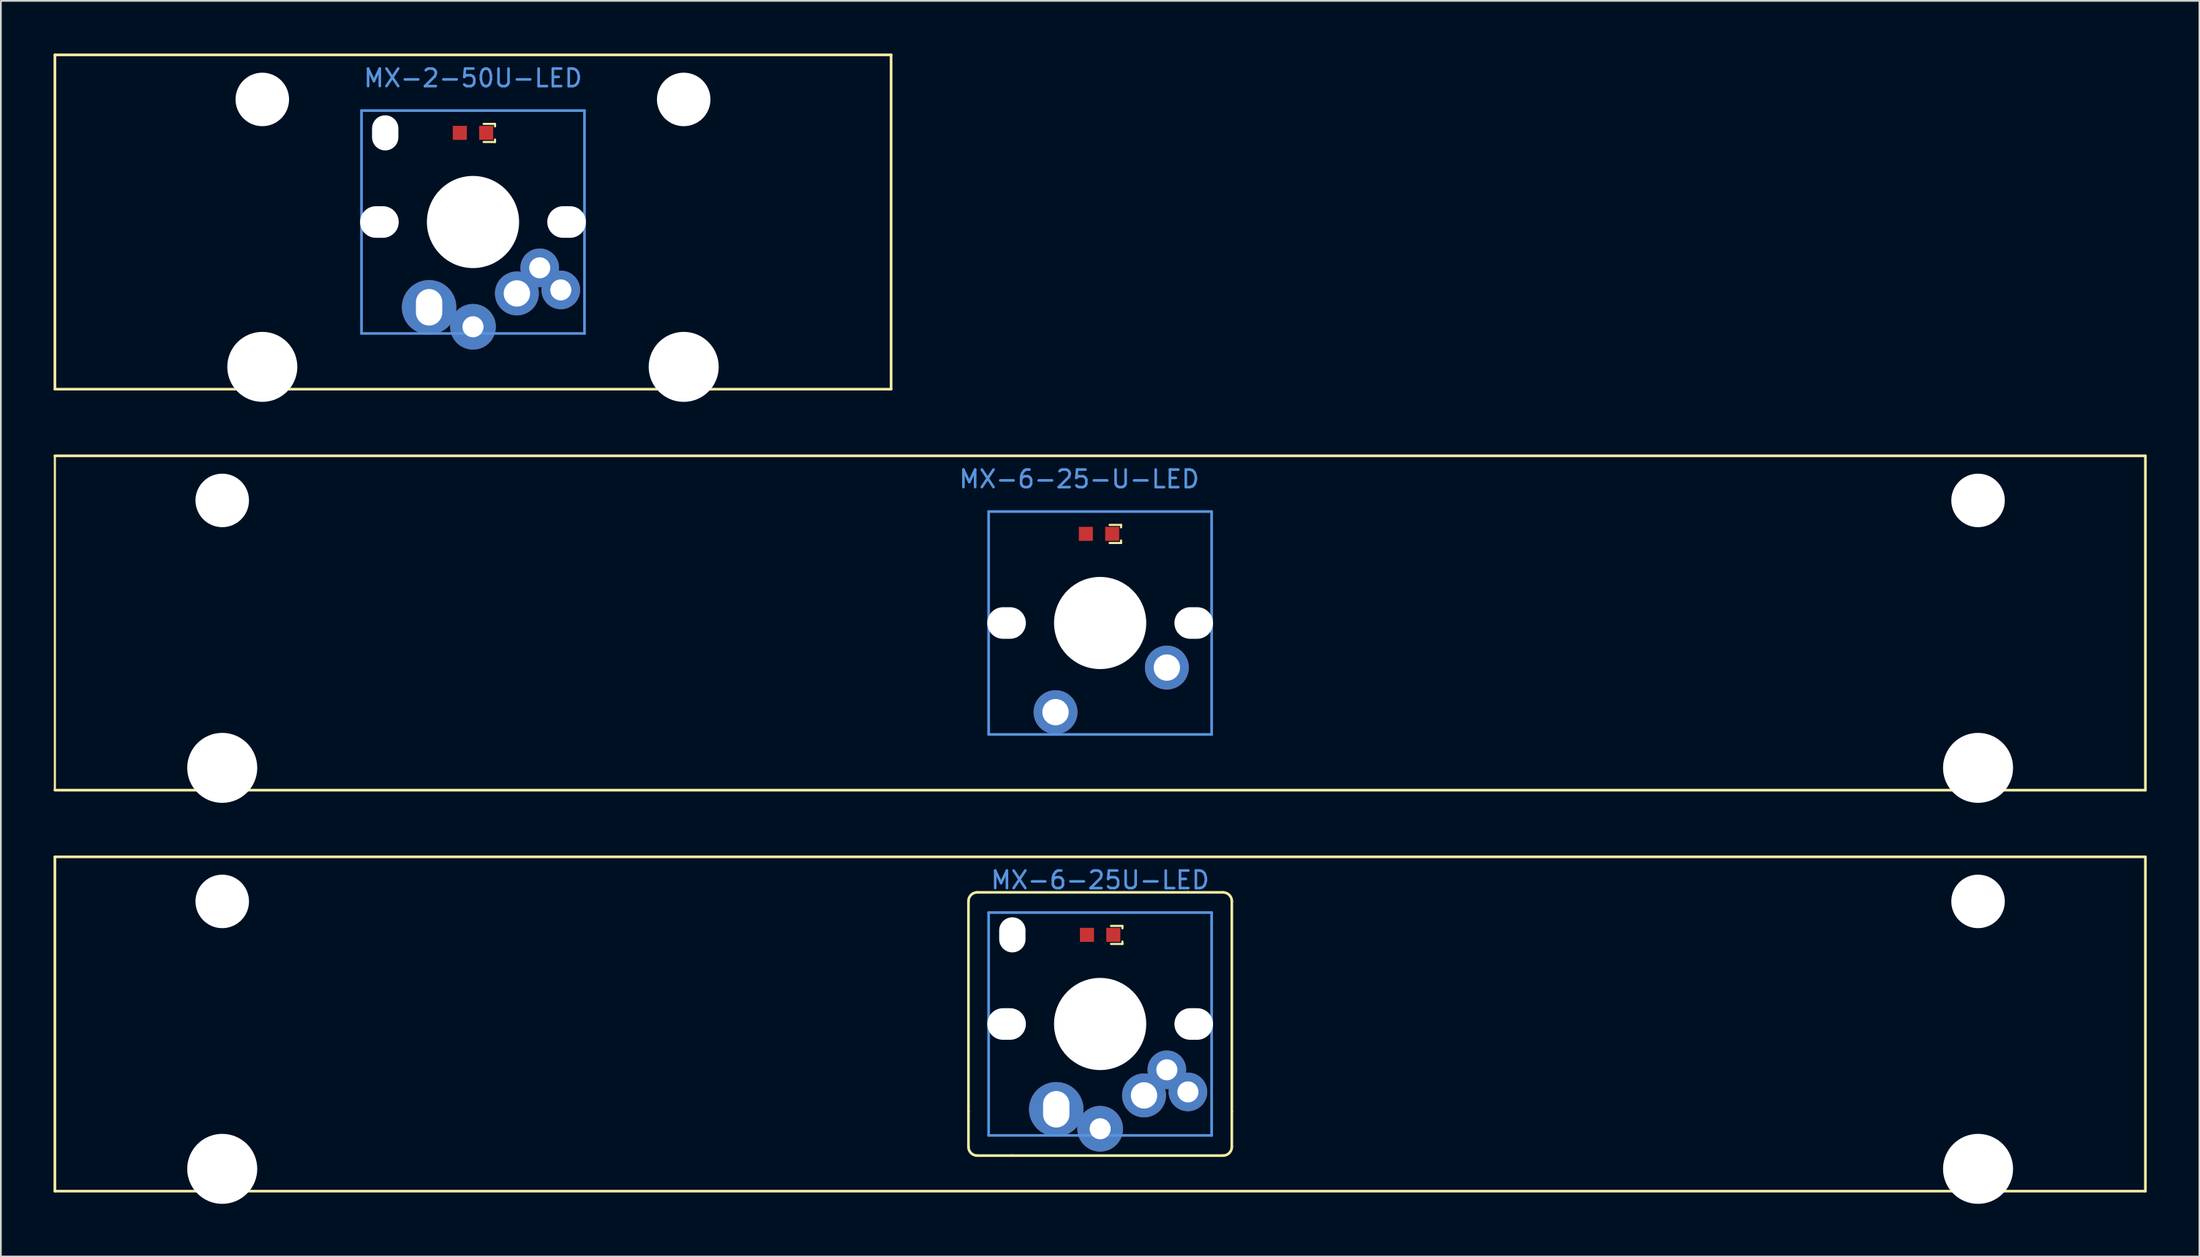
<source format=kicad_pcb>
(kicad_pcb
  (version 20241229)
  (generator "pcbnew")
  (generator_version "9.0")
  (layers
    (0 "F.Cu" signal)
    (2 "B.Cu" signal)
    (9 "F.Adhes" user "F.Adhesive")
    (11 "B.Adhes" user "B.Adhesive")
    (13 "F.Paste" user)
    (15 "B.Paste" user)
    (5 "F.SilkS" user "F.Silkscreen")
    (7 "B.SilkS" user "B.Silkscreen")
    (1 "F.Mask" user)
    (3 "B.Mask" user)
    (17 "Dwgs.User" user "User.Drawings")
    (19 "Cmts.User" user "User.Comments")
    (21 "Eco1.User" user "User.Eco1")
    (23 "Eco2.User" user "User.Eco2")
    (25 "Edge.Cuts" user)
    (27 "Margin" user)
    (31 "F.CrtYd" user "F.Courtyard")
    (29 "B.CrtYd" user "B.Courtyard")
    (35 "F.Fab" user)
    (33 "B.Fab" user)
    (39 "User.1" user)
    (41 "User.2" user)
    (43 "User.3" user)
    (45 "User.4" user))
  (footprint "MX-2-50U-LED"
    (layer "F.Cu")
    (at 23.889 4.521)
    (property "Reference" "MX-2-50U-LED" (at 0 -3.12 0) (layer "Cmts.User") (effects (font (size 1 1) (thickness 0.15))))
    (fp_line (start -23.812 -4.445) (end 23.812 -4.445) (stroke (width 0.152) (type solid)) (layer "F.SilkS"))
    (fp_line (start -23.812 14.605) (end -23.812 -4.445) (stroke (width 0.152) (type solid)) (layer "F.SilkS"))
    (fp_line (start 0.605 -0.51) (end 1.255 -0.51) (stroke (width 0.12) (type solid)) (layer "F.SilkS"))
    (fp_line (start 0.605 0.52) (end 1.255 0.52) (stroke (width 0.12) (type solid)) (layer "F.SilkS"))
    (fp_line (start 1.255 -0.51) (end 1.255 -0.37) (stroke (width 0.12) (type solid)) (layer "F.SilkS"))
    (fp_line (start 1.255 0.52) (end 1.255 0.38) (stroke (width 0.12) (type solid)) (layer "F.SilkS"))
    (fp_line (start 23.812 -4.445) (end 23.812 14.605) (stroke (width 0.152) (type solid)) (layer "F.SilkS"))
    (fp_line (start 23.812 14.605) (end -23.812 14.605) (stroke (width 0.152) (type solid)) (layer "F.SilkS"))
    (fp_line (start -6.35 -1.27) (end 6.35 -1.27) (stroke (width 0.152) (type solid)) (layer "Cmts.User"))
    (fp_line (start -6.35 11.43) (end -6.35 -1.27) (stroke (width 0.152) (type solid)) (layer "Cmts.User"))
    (fp_line (start 6.35 -1.27) (end 6.35 11.43) (stroke (width 0.152) (type solid)) (layer "Cmts.User"))
    (fp_line (start 6.35 11.43) (end -6.35 11.43) (stroke (width 0.152) (type solid)) (layer "Cmts.User"))
    (pad "" np_thru_hole circle (at -12 -1.905 180) (size 3.048 3.048) (drill 3.048) (layers "*.Cu" "*.Mask"))
    (pad "" np_thru_hole circle (at -12 13.335 180) (size 3.988 3.988) (drill 3.988) (layers "*.Cu" "*.Mask"))
    (pad "" np_thru_hole oval (at -5.33 5.08 270) (size 1.8 2.2) (drill oval 1.8 2.2) (layers "*.Cu" "*.Mask"))
    (pad "" np_thru_hole oval (at -5 0 270) (size 2 1.5) (drill oval 2 1.5) (layers "*.Cu" "*.Mask"))
    (pad "" np_thru_hole circle (at 0 5.08 180) (size 5.25 5.25) (drill 5.25) (layers "*.Cu" "*.Mask"))
    (pad "" np_thru_hole oval (at 5.33 5.08 270) (size 1.8 2.2) (drill oval 1.8 2.2) (layers "*.Cu" "*.Mask"))
    (pad "" np_thru_hole circle (at 12 -1.905 180) (size 3.048 3.048) (drill 3.048) (layers "*.Cu" "*.Mask"))
    (pad "" np_thru_hole circle (at 12 13.335 180) (size 3.988 3.988) (drill 3.988) (layers "*.Cu" "*.Mask"))
    (pad "1" thru_hole circle (at -2.5 9.94) (size 3.1 3.1) (drill oval 1.5 2.08) (layers "*.Cu" "*.Mask"))
    (pad "1" thru_hole circle (at 0 11.05 90) (size 2.6 2.6) (drill 1.2) (layers "*.Cu" "*.Mask"))
    (pad "2" thru_hole circle (at 2.5 9.15 90) (size 2.5 2.5) (drill 1.5) (layers "*.Cu" "*.Mask"))
    (pad "2" thru_hole circle (at 3.8 7.69 225) (size 2.2 2.2) (drill 1.2) (layers "*.Cu" "*.Mask"))
    (pad "2" thru_hole circle (at 5 8.95 270) (size 2.2 2.2) (drill 1.2) (layers "*.Cu" "*.Mask"))
    (pad "3" smd rect (at 0.75 0 90) (size 0.8 0.8) (layers "F.Cu" "F.Mask" "F.Paste"))
    (pad "4" smd rect (at -0.75 0 90) (size 0.8 0.8) (layers "F.Cu" "F.Mask" "F.Paste")))
  (footprint "MX-6-25U-LED"
    (layer "F.Cu")
    (at 59.607 50.221)
    (property "Reference" "MX-6-25U-LED" (at 0 -3.12 0) (layer "Cmts.User") (effects (font (size 1 1) (thickness 0.15))))
    (fp_line (start -59.531 -4.445) (end 59.531 -4.445) (stroke (width 0.152) (type solid)) (layer "F.SilkS"))
    (fp_line (start -59.531 14.605) (end -59.531 -4.445) (stroke (width 0.152) (type solid)) (layer "F.SilkS"))
    (fp_line (start -7.5 -1.92) (end -7.5 10.08) (stroke (width 0.15) (type solid)) (layer "F.SilkS"))
    (fp_line (start -7.5 12.08) (end -7.5 10.08) (stroke (width 0.15) (type solid)) (layer "F.SilkS"))
    (fp_line (start -7 -2.42) (end 5 -2.42) (stroke (width 0.15) (type solid)) (layer "F.SilkS"))
    (fp_line (start -7 12.58) (end -5 12.58) (stroke (width 0.15) (type solid)) (layer "F.SilkS"))
    (fp_line (start 0.62 -0.51) (end 1.27 -0.51) (stroke (width 0.12) (type solid)) (layer "F.SilkS"))
    (fp_line (start 0.62 0.52) (end 1.27 0.52) (stroke (width 0.12) (type solid)) (layer "F.SilkS"))
    (fp_line (start 1.27 -0.51) (end 1.27 -0.37) (stroke (width 0.12) (type solid)) (layer "F.SilkS"))
    (fp_line (start 1.27 0.52) (end 1.27 0.38) (stroke (width 0.12) (type solid)) (layer "F.SilkS"))
    (fp_line (start 7 -2.42) (end 5 -2.42) (stroke (width 0.15) (type solid)) (layer "F.SilkS"))
    (fp_line (start 7 12.58) (end -5 12.58) (stroke (width 0.15) (type solid)) (layer "F.SilkS"))
    (fp_line (start 7.5 -1.92) (end 7.5 10.08) (stroke (width 0.15) (type solid)) (layer "F.SilkS"))
    (fp_line (start 7.5 12.08) (end 7.5 10.08) (stroke (width 0.15) (type solid)) (layer "F.SilkS"))
    (fp_line (start 59.531 -4.445) (end 59.531 14.605) (stroke (width 0.152) (type solid)) (layer "F.SilkS"))
    (fp_line (start 59.531 14.605) (end -59.531 14.605) (stroke (width 0.152) (type solid)) (layer "F.SilkS"))
    (fp_arc (start -7.5 -1.92) (mid -7.353553 -2.273553) (end -7 -2.42) (stroke (width 0.15) (type solid)) (layer "F.SilkS"))
    (fp_arc (start -7 12.58) (mid -7.353553 12.433553) (end -7.5 12.08) (stroke (width 0.15) (type solid)) (layer "F.SilkS"))
    (fp_arc (start 7 -2.42) (mid 7.353553 -2.273553) (end 7.5 -1.92) (stroke (width 0.15) (type solid)) (layer "F.SilkS"))
    (fp_arc (start 7.5 12.08) (mid 7.353553 12.433553) (end 7 12.58) (stroke (width 0.15) (type solid)) (layer "F.SilkS"))
    (fp_line (start -6.35 -1.27) (end 6.35 -1.27) (stroke (width 0.152) (type solid)) (layer "Cmts.User"))
    (fp_line (start -6.35 11.43) (end -6.35 -1.27) (stroke (width 0.152) (type solid)) (layer "Cmts.User"))
    (fp_line (start 6.35 -1.27) (end 6.35 11.43) (stroke (width 0.152) (type solid)) (layer "Cmts.User"))
    (fp_line (start 6.35 11.43) (end -6.35 11.43) (stroke (width 0.152) (type solid)) (layer "Cmts.User"))
    (fp_line (start -7.798 -0.925) (end -6.985 -0.925) (stroke (width 0.152) (type solid)) (layer "Eco2.User"))
    (fp_line (start -7.798 2.576) (end -7.798 -0.925) (stroke (width 0.152) (type solid)) (layer "Eco2.User"))
    (fp_line (start -7.798 7.584) (end -6.985 7.584) (stroke (width 0.152) (type solid)) (layer "Eco2.User"))
    (fp_line (start -7.798 11.085) (end -7.798 7.584) (stroke (width 0.152) (type solid)) (layer "Eco2.User"))
    (fp_line (start -6.985 -1.905) (end 6.985 -1.905) (stroke (width 0.152) (type solid)) (layer "Eco2.User"))
    (fp_line (start -6.985 -0.925) (end -6.985 -1.905) (stroke (width 0.152) (type solid)) (layer "Eco2.User"))
    (fp_line (start -6.985 2.576) (end -7.798 2.576) (stroke (width 0.152) (type solid)) (layer "Eco2.User"))
    (fp_line (start -6.985 7.584) (end -6.985 2.576) (stroke (width 0.152) (type solid)) (layer "Eco2.User"))
    (fp_line (start -6.985 11.085) (end -7.798 11.085) (stroke (width 0.152) (type solid)) (layer "Eco2.User"))
    (fp_line (start -6.985 12.065) (end -6.985 11.085) (stroke (width 0.152) (type solid)) (layer "Eco2.User"))
    (fp_line (start 6.985 -1.905) (end 6.985 -0.925) (stroke (width 0.152) (type solid)) (layer "Eco2.User"))
    (fp_line (start 6.985 -0.925) (end 7.798 -0.925) (stroke (width 0.152) (type solid)) (layer "Eco2.User"))
    (fp_line (start 6.985 2.576) (end 6.985 7.584) (stroke (width 0.152) (type solid)) (layer "Eco2.User"))
    (fp_line (start 6.985 7.584) (end 7.798 7.584) (stroke (width 0.152) (type solid)) (layer "Eco2.User"))
    (fp_line (start 6.985 11.085) (end 6.985 12.065) (stroke (width 0.152) (type solid)) (layer "Eco2.User"))
    (fp_line (start 6.985 12.065) (end -6.985 12.065) (stroke (width 0.152) (type solid)) (layer "Eco2.User"))
    (fp_line (start 7.798 -0.925) (end 7.798 2.576) (stroke (width 0.152) (type solid)) (layer "Eco2.User"))
    (fp_line (start 7.798 2.576) (end 6.985 2.576) (stroke (width 0.152) (type solid)) (layer "Eco2.User"))
    (fp_line (start 7.798 7.584) (end 7.798 11.085) (stroke (width 0.152) (type solid)) (layer "Eco2.User"))
    (fp_line (start 7.798 11.085) (end 6.985 11.085) (stroke (width 0.152) (type solid)) (layer "Eco2.User"))
    (pad "" np_thru_hole circle (at -50 -1.905 180) (size 3.048 3.048) (drill 3.048) (layers "*.Cu" "*.Mask"))
    (pad "" np_thru_hole circle (at -50 13.335 180) (size 3.988 3.988) (drill 3.988) (layers "*.Cu" "*.Mask"))
    (pad "" np_thru_hole oval (at -5.33 5.08 270) (size 1.8 2.2) (drill oval 1.8 2.2) (layers "*.Cu" "*.Mask"))
    (pad "" np_thru_hole oval (at -5 0 270) (size 2 1.5) (drill oval 2 1.5) (layers "*.Cu" "*.Mask"))
    (pad "" np_thru_hole circle (at 0 5.08 180) (size 5.25 5.25) (drill 5.25) (layers "*.Cu" "*.Mask"))
    (pad "" np_thru_hole oval (at 5.33 5.08 270) (size 1.8 2.2) (drill oval 1.8 2.2) (layers "*.Cu" "*.Mask"))
    (pad "" np_thru_hole circle (at 50 -1.905 180) (size 3.048 3.048) (drill 3.048) (layers "*.Cu" "*.Mask"))
    (pad "" np_thru_hole circle (at 50 13.335 180) (size 3.988 3.988) (drill 3.988) (layers "*.Cu" "*.Mask"))
    (pad "1" thru_hole circle (at -2.5 9.94) (size 3.1 3.1) (drill oval 1.5 2.08) (layers "*.Cu" "*.Mask"))
    (pad "1" thru_hole circle (at 0 11.05 90) (size 2.6 2.6) (drill 1.2) (layers "*.Cu" "*.Mask"))
    (pad "2" thru_hole circle (at 2.5 9.15 90) (size 2.5 2.5) (drill 1.5) (layers "*.Cu" "*.Mask"))
    (pad "2" thru_hole circle (at 3.8 7.69 225) (size 2.2 2.2) (drill 1.2) (layers "*.Cu" "*.Mask"))
    (pad "2" thru_hole circle (at 5 8.95 270) (size 2.2 2.2) (drill 1.2) (layers "*.Cu" "*.Mask"))
    (pad "3" smd rect (at 0.75 0 90) (size 0.8 0.8) (layers "F.Cu" "F.Mask" "F.Paste"))
    (pad "4" smd rect (at -0.75 0 90) (size 0.8 0.8) (layers "F.Cu" "F.Mask" "F.Paste")))
  (footprint "MX-6-25-U-LED"
    (layer "F.Cu")
    (at 59.607 27.371)
    (property "Reference" "MX-6-25-U-LED" (at -1.191 -3.12 0) (layer "Cmts.User") (effects (font (size 1 1) (thickness 0.15))))
    (fp_line (start -59.531 -4.445) (end -59.531 14.605) (stroke (width 0.12) (type solid)) (layer "F.SilkS"))
    (fp_line (start -59.531 -4.445) (end 59.531 -4.445) (stroke (width 0.152) (type solid)) (layer "F.SilkS"))
    (fp_line (start 0.541 -0.51) (end 1.191 -0.51) (stroke (width 0.12) (type solid)) (layer "F.SilkS"))
    (fp_line (start 0.541 0.52) (end 1.191 0.52) (stroke (width 0.12) (type solid)) (layer "F.SilkS"))
    (fp_line (start 1.191 -0.51) (end 1.191 -0.37) (stroke (width 0.12) (type solid)) (layer "F.SilkS"))
    (fp_line (start 1.191 0.52) (end 1.191 0.38) (stroke (width 0.12) (type solid)) (layer "F.SilkS"))
    (fp_line (start 59.531 -4.445) (end 59.531 14.605) (stroke (width 0.152) (type solid)) (layer "F.SilkS"))
    (fp_line (start 59.531 14.605) (end -59.531 14.605) (stroke (width 0.152) (type solid)) (layer "F.SilkS"))
    (fp_line (start -6.35 -1.27) (end 6.35 -1.27) (stroke (width 0.152) (type solid)) (layer "Cmts.User"))
    (fp_line (start -6.35 11.43) (end -6.35 -1.27) (stroke (width 0.152) (type solid)) (layer "Cmts.User"))
    (fp_line (start 6.35 -1.27) (end 6.35 11.43) (stroke (width 0.152) (type solid)) (layer "Cmts.User"))
    (fp_line (start 6.35 11.43) (end -6.35 11.43) (stroke (width 0.152) (type solid)) (layer "Cmts.User"))
    (pad "" np_thru_hole circle (at -50 -1.905 180) (size 3.048 3.048) (drill 3.048) (layers "*.Cu" "*.Mask"))
    (pad "" np_thru_hole circle (at -50 13.335 180) (size 3.988 3.988) (drill 3.988) (layers "*.Cu" "*.Mask"))
    (pad "" np_thru_hole oval (at -5.33 5.08 270) (size 1.8 2.2) (drill oval 1.8 2.2) (layers "*.Cu" "*.Mask"))
    (pad "" np_thru_hole circle (at 0 5.08 180) (size 5.25 5.25) (drill 5.25) (layers "*.Cu" "*.Mask"))
    (pad "" np_thru_hole oval (at 5.33 5.08 270) (size 1.8 2.2) (drill oval 1.8 2.2) (layers "*.Cu" "*.Mask"))
    (pad "" np_thru_hole circle (at 50 -1.905 180) (size 3.048 3.048) (drill 3.048) (layers "*.Cu" "*.Mask"))
    (pad "" np_thru_hole circle (at 50 13.335 180) (size 3.988 3.988) (drill 3.988) (layers "*.Cu" "*.Mask"))
    (pad "1" thru_hole circle (at -2.54 10.16) (size 2.5 2.5) (drill 1.499) (layers "*.Cu" "*.Mask"))
    (pad "2" thru_hole circle (at 3.8 7.62 225) (size 2.5 2.5) (drill 1.499) (layers "*.Cu" "*.Mask"))
    (pad "3" smd rect (at 0.686 0 90) (size 0.8 0.8) (layers "F.Cu" "F.Mask" "F.Paste"))
    (pad "4" smd rect (at -0.814 0 90) (size 0.8 0.8) (layers "F.Cu" "F.Mask" "F.Paste")))
  (gr_rect
    (start -3 -3)
    (end 122.215 68.55)
    (stroke (width 0.1) (type default))
    (fill no)
    (layer "Edge.Cuts")))
</source>
